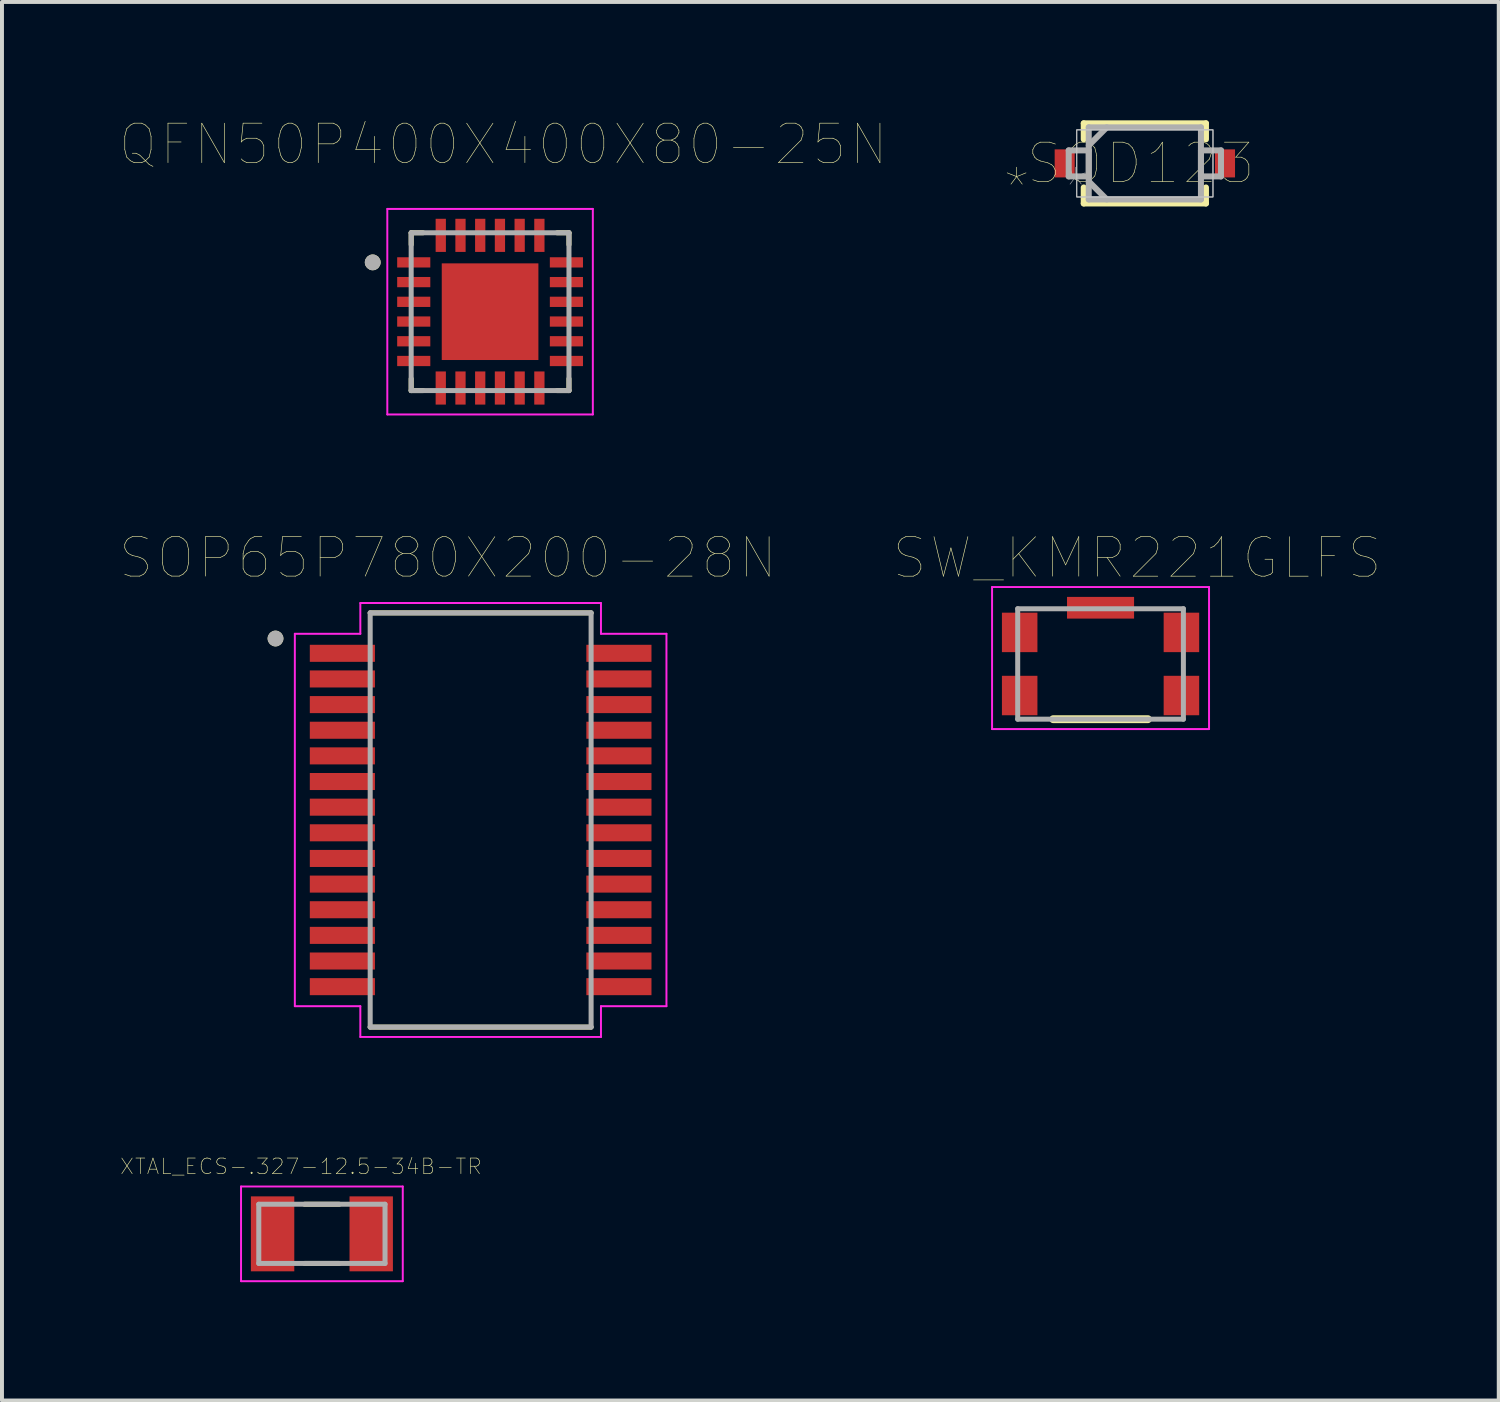
<source format=kicad_pcb>
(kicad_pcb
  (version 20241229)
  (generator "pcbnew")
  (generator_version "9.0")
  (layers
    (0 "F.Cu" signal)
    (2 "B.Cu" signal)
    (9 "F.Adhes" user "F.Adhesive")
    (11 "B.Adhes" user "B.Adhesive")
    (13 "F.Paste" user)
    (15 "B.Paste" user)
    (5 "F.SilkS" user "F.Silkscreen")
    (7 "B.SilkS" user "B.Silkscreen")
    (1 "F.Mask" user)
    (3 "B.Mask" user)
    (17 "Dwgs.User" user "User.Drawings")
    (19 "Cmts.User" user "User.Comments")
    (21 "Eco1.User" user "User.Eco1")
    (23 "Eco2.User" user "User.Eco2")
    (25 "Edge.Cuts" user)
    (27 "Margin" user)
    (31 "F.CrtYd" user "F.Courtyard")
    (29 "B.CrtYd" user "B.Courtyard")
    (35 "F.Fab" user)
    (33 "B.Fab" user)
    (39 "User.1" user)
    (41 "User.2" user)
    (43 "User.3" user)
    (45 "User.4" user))
  (footprint "XTAL_ECS-.327-12.5-34B-TR"
    (layer "F.Cu")
    (at 5.11 28.227)
    (property "Reference" "XTAL_ECS-.327-12.5-34B-TR" (at -0.53 -1.708 0) (layer "F.SilkS") (effects (font (size 0.395 0.395) (thickness 0.015))))
    (attr through_hole)
    (fp_line (start -0.44 -0.75) (end 0.44 -0.75) (stroke (width 0.127) (type solid)) (layer "F.SilkS"))
    (fp_line (start -0.44 0.75) (end 0.44 0.75) (stroke (width 0.127) (type solid)) (layer "F.SilkS"))
    (fp_line (start -2.05 -1.2) (end 2.05 -1.2) (stroke (width 0.05) (type solid)) (layer "F.CrtYd"))
    (fp_line (start -2.05 1.2) (end -2.05 -1.2) (stroke (width 0.05) (type solid)) (layer "F.CrtYd"))
    (fp_line (start 2.05 -1.2) (end 2.05 1.2) (stroke (width 0.05) (type solid)) (layer "F.CrtYd"))
    (fp_line (start 2.05 1.2) (end -2.05 1.2) (stroke (width 0.05) (type solid)) (layer "F.CrtYd"))
    (fp_line (start -1.6 -0.75) (end -1.6 0.75) (stroke (width 0.127) (type solid)) (layer "F.Fab"))
    (fp_line (start -1.6 0.75) (end 1.6 0.75) (stroke (width 0.127) (type solid)) (layer "F.Fab"))
    (fp_line (start 1.6 -0.75) (end -1.6 -0.75) (stroke (width 0.127) (type solid)) (layer "F.Fab"))
    (fp_line (start 1.6 0.75) (end 1.6 -0.75) (stroke (width 0.127) (type solid)) (layer "F.Fab"))
    (pad "1" smd rect (at -1.25 0) (size 1.1 1.9) (layers "F.Cu" "F.Mask" "F.Paste"))
    (pad "2" smd rect (at 1.25 0) (size 1.1 1.9) (layers "F.Cu" "F.Mask" "F.Paste")))
  (footprint "SOP65P780X200-28N"
    (layer "F.Cu")
    (at 9.134 17.736)
    (property "Reference" "SOP65P780X200-28N" (at -0.831 -6.644 0) (layer "F.SilkS") (effects (font (size 1 1) (thickness 0.015))))
    (attr through_hole)
    (fp_line (start -2.8 -5.25) (end 2.8 -5.25) (stroke (width 0.127) (type solid)) (layer "F.SilkS"))
    (fp_line (start 2.8 5.25) (end -2.8 5.25) (stroke (width 0.127) (type solid)) (layer "F.SilkS"))
    (fp_circle (center -5.2 -4.6) (end -5.1 -4.6) (stroke (width 0.2) (type solid)) (fill no) (layer "F.SilkS"))
    (fp_line (start -4.71 -4.72) (end -3.05 -4.72) (stroke (width 0.05) (type solid)) (layer "F.CrtYd"))
    (fp_line (start -4.71 4.72) (end -4.71 -4.72) (stroke (width 0.05) (type solid)) (layer "F.CrtYd"))
    (fp_line (start -3.05 -5.5) (end 3.05 -5.5) (stroke (width 0.05) (type solid)) (layer "F.CrtYd"))
    (fp_line (start -3.05 -4.72) (end -3.05 -5.5) (stroke (width 0.05) (type solid)) (layer "F.CrtYd"))
    (fp_line (start -3.05 4.72) (end -4.71 4.72) (stroke (width 0.05) (type solid)) (layer "F.CrtYd"))
    (fp_line (start -3.05 5.5) (end -3.05 4.72) (stroke (width 0.05) (type solid)) (layer "F.CrtYd"))
    (fp_line (start 3.05 -5.5) (end 3.05 -4.72) (stroke (width 0.05) (type solid)) (layer "F.CrtYd"))
    (fp_line (start 3.05 -4.72) (end 4.71 -4.72) (stroke (width 0.05) (type solid)) (layer "F.CrtYd"))
    (fp_line (start 3.05 4.72) (end 3.05 5.5) (stroke (width 0.05) (type solid)) (layer "F.CrtYd"))
    (fp_line (start 3.05 5.5) (end -3.05 5.5) (stroke (width 0.05) (type solid)) (layer "F.CrtYd"))
    (fp_line (start 4.71 -4.72) (end 4.71 4.72) (stroke (width 0.05) (type solid)) (layer "F.CrtYd"))
    (fp_line (start 4.71 4.72) (end 3.05 4.72) (stroke (width 0.05) (type solid)) (layer "F.CrtYd"))
    (fp_line (start -2.8 -5.25) (end 2.8 -5.25) (stroke (width 0.127) (type solid)) (layer "F.Fab"))
    (fp_line (start -2.8 5.25) (end -2.8 -5.25) (stroke (width 0.127) (type solid)) (layer "F.Fab"))
    (fp_line (start 2.8 -5.25) (end 2.8 5.25) (stroke (width 0.127) (type solid)) (layer "F.Fab"))
    (fp_line (start 2.8 5.25) (end -2.8 5.25) (stroke (width 0.127) (type solid)) (layer "F.Fab"))
    (fp_circle (center -5.2 -4.6) (end -5.1 -4.6) (stroke (width 0.2) (type solid)) (fill no) (layer "F.Fab"))
    (pad "1" smd rect (at -3.505 -4.225) (size 1.651 0.432) (layers "F.Cu" "F.Mask" "F.Paste"))
    (pad "2" smd rect (at -3.505 -3.575) (size 1.651 0.432) (layers "F.Cu" "F.Mask" "F.Paste"))
    (pad "3" smd rect (at -3.505 -2.925) (size 1.651 0.432) (layers "F.Cu" "F.Mask" "F.Paste"))
    (pad "4" smd rect (at -3.505 -2.275) (size 1.651 0.432) (layers "F.Cu" "F.Mask" "F.Paste"))
    (pad "5" smd rect (at -3.505 -1.625) (size 1.651 0.432) (layers "F.Cu" "F.Mask" "F.Paste"))
    (pad "6" smd rect (at -3.505 -0.975) (size 1.651 0.432) (layers "F.Cu" "F.Mask" "F.Paste"))
    (pad "7" smd rect (at -3.505 -0.325) (size 1.651 0.432) (layers "F.Cu" "F.Mask" "F.Paste"))
    (pad "8" smd rect (at -3.505 0.325) (size 1.651 0.432) (layers "F.Cu" "F.Mask" "F.Paste"))
    (pad "9" smd rect (at -3.505 0.975) (size 1.651 0.432) (layers "F.Cu" "F.Mask" "F.Paste"))
    (pad "10" smd rect (at -3.505 1.625) (size 1.651 0.432) (layers "F.Cu" "F.Mask" "F.Paste"))
    (pad "11" smd rect (at -3.505 2.275) (size 1.651 0.432) (layers "F.Cu" "F.Mask" "F.Paste"))
    (pad "12" smd rect (at -3.505 2.925) (size 1.651 0.432) (layers "F.Cu" "F.Mask" "F.Paste"))
    (pad "13" smd rect (at -3.505 3.575) (size 1.651 0.432) (layers "F.Cu" "F.Mask" "F.Paste"))
    (pad "14" smd rect (at -3.505 4.225) (size 1.651 0.432) (layers "F.Cu" "F.Mask" "F.Paste"))
    (pad "15" smd rect (at 3.505 4.225) (size 1.651 0.432) (layers "F.Cu" "F.Mask" "F.Paste"))
    (pad "16" smd rect (at 3.505 3.575) (size 1.651 0.432) (layers "F.Cu" "F.Mask" "F.Paste"))
    (pad "17" smd rect (at 3.505 2.925) (size 1.651 0.432) (layers "F.Cu" "F.Mask" "F.Paste"))
    (pad "18" smd rect (at 3.505 2.275) (size 1.651 0.432) (layers "F.Cu" "F.Mask" "F.Paste"))
    (pad "19" smd rect (at 3.505 1.625) (size 1.651 0.432) (layers "F.Cu" "F.Mask" "F.Paste"))
    (pad "20" smd rect (at 3.505 0.975) (size 1.651 0.432) (layers "F.Cu" "F.Mask" "F.Paste"))
    (pad "21" smd rect (at 3.505 0.325) (size 1.651 0.432) (layers "F.Cu" "F.Mask" "F.Paste"))
    (pad "22" smd rect (at 3.505 -0.325) (size 1.651 0.432) (layers "F.Cu" "F.Mask" "F.Paste"))
    (pad "23" smd rect (at 3.505 -0.975) (size 1.651 0.432) (layers "F.Cu" "F.Mask" "F.Paste"))
    (pad "24" smd rect (at 3.505 -1.625) (size 1.651 0.432) (layers "F.Cu" "F.Mask" "F.Paste"))
    (pad "25" smd rect (at 3.505 -2.275) (size 1.651 0.432) (layers "F.Cu" "F.Mask" "F.Paste"))
    (pad "26" smd rect (at 3.505 -2.925) (size 1.651 0.432) (layers "F.Cu" "F.Mask" "F.Paste"))
    (pad "27" smd rect (at 3.505 -3.575) (size 1.651 0.432) (layers "F.Cu" "F.Mask" "F.Paste"))
    (pad "28" smd rect (at 3.505 -4.225) (size 1.651 0.432) (layers "F.Cu" "F.Mask" "F.Paste")))
  (footprint "SW_KMR221GLFS"
    (layer "F.Cu")
    (at 24.848 13.781)
    (property "Reference" "SW_KMR221GLFS" (at 0.926 -2.688 0) (layer "F.SilkS") (effects (font (size 1.001 1.001) (thickness 0.015))))
    (attr through_hole)
    (fp_line (start -1.2 1.4) (end 1.2 1.4) (stroke (width 0.2) (type solid)) (layer "F.SilkS"))
    (fp_line (start -2.75 -1.95) (end 2.75 -1.95) (stroke (width 0.05) (type solid)) (layer "F.CrtYd"))
    (fp_line (start -2.75 1.65) (end -2.75 -1.95) (stroke (width 0.05) (type solid)) (layer "F.CrtYd"))
    (fp_line (start 2.75 -1.95) (end 2.75 1.65) (stroke (width 0.05) (type solid)) (layer "F.CrtYd"))
    (fp_line (start 2.75 1.65) (end -2.75 1.65) (stroke (width 0.05) (type solid)) (layer "F.CrtYd"))
    (fp_line (start -2.1 -1.4) (end 2.1 -1.4) (stroke (width 0.127) (type solid)) (layer "F.Fab"))
    (fp_line (start -2.1 1.4) (end -2.1 -1.4) (stroke (width 0.127) (type solid)) (layer "F.Fab"))
    (fp_line (start 2.1 -1.4) (end 2.1 1.4) (stroke (width 0.127) (type solid)) (layer "F.Fab"))
    (fp_line (start 2.1 1.4) (end -2.1 1.4) (stroke (width 0.127) (type solid)) (layer "F.Fab"))
    (pad "1" smd rect (at -2.05 -0.8) (size 0.9 1) (layers "F.Cu" "F.Mask" "F.Paste"))
    (pad "2" smd rect (at -2.05 0.8) (size 0.9 1) (layers "F.Cu" "F.Mask" "F.Paste"))
    (pad "3" smd rect (at 2.05 0.8) (size 0.9 1) (layers "F.Cu" "F.Mask" "F.Paste"))
    (pad "4" smd rect (at 2.05 -0.8) (size 0.9 1) (layers "F.Cu" "F.Mask" "F.Paste"))
    (pad "5" smd rect (at 0 -1.425) (size 1.7 0.55) (layers "F.Cu" "F.Mask" "F.Paste")))
  (footprint "QFN50P400X400X80-25N"
    (layer "F.Cu")
    (at 9.373 4.851)
    (property "Reference" "QFN50P400X400X80-25N" (at 0.335 -4.24 0) (layer "F.SilkS") (effects (font (size 1 1) (thickness 0.015))))
    (attr through_hole)
    (fp_line (start -2 -2) (end -2 -1.7) (stroke (width 0.127) (type solid)) (layer "F.SilkS"))
    (fp_line (start -2 -2) (end -1.7 -2) (stroke (width 0.127) (type solid)) (layer "F.SilkS"))
    (fp_line (start -2 2) (end -2 1.7) (stroke (width 0.127) (type solid)) (layer "F.SilkS"))
    (fp_line (start -2 2) (end -1.7 2) (stroke (width 0.127) (type solid)) (layer "F.SilkS"))
    (fp_line (start 2 -2) (end 1.7 -2) (stroke (width 0.127) (type solid)) (layer "F.SilkS"))
    (fp_line (start 2 -2) (end 2 -1.7) (stroke (width 0.127) (type solid)) (layer "F.SilkS"))
    (fp_line (start 2 2) (end 1.7 2) (stroke (width 0.127) (type solid)) (layer "F.SilkS"))
    (fp_line (start 2 2) (end 2 1.7) (stroke (width 0.127) (type solid)) (layer "F.SilkS"))
    (fp_circle (center -2.975 -1.25) (end -2.875 -1.25) (stroke (width 0.2) (type solid)) (fill no) (layer "F.SilkS"))
    (fp_poly (pts (xy -0.77 -0.77) (xy 0.77 -0.77) (xy 0.77 0.77) (xy -0.77 0.77)) (stroke (width 0.01) (type solid)) (fill yes) (layer "F.Paste"))
    (fp_line (start -2.605 -2.605) (end 2.605 -2.605) (stroke (width 0.05) (type solid)) (layer "F.CrtYd"))
    (fp_line (start -2.605 2.605) (end -2.605 -2.605) (stroke (width 0.05) (type solid)) (layer "F.CrtYd"))
    (fp_line (start -2.605 2.605) (end 2.605 2.605) (stroke (width 0.05) (type solid)) (layer "F.CrtYd"))
    (fp_line (start 2.605 2.605) (end 2.605 -2.605) (stroke (width 0.05) (type solid)) (layer "F.CrtYd"))
    (fp_line (start -2 2) (end -2 -2) (stroke (width 0.127) (type solid)) (layer "F.Fab"))
    (fp_line (start 2 -2) (end -2 -2) (stroke (width 0.127) (type solid)) (layer "F.Fab"))
    (fp_line (start 2 2) (end -2 2) (stroke (width 0.127) (type solid)) (layer "F.Fab"))
    (fp_line (start 2 2) (end 2 -2) (stroke (width 0.127) (type solid)) (layer "F.Fab"))
    (fp_circle (center -2.975 -1.25) (end -2.875 -1.25) (stroke (width 0.2) (type solid)) (fill no) (layer "F.Fab"))
    (pad "1" smd rect (at -1.935 -1.25) (size 0.84 0.26) (layers "F.Cu" "F.Mask" "F.Paste"))
    (pad "2" smd rect (at -1.935 -0.75) (size 0.84 0.26) (layers "F.Cu" "F.Mask" "F.Paste"))
    (pad "3" smd rect (at -1.935 -0.25) (size 0.84 0.26) (layers "F.Cu" "F.Mask" "F.Paste"))
    (pad "4" smd rect (at -1.935 0.25) (size 0.84 0.26) (layers "F.Cu" "F.Mask" "F.Paste"))
    (pad "5" smd rect (at -1.935 0.75) (size 0.84 0.26) (layers "F.Cu" "F.Mask" "F.Paste"))
    (pad "6" smd rect (at -1.935 1.25) (size 0.84 0.26) (layers "F.Cu" "F.Mask" "F.Paste"))
    (pad "7" smd rect (at -1.25 1.935) (size 0.26 0.84) (layers "F.Cu" "F.Mask" "F.Paste"))
    (pad "8" smd rect (at -0.75 1.935) (size 0.26 0.84) (layers "F.Cu" "F.Mask" "F.Paste"))
    (pad "9" smd rect (at -0.25 1.935) (size 0.26 0.84) (layers "F.Cu" "F.Mask" "F.Paste"))
    (pad "10" smd rect (at 0.25 1.935) (size 0.26 0.84) (layers "F.Cu" "F.Mask" "F.Paste"))
    (pad "11" smd rect (at 0.75 1.935) (size 0.26 0.84) (layers "F.Cu" "F.Mask" "F.Paste"))
    (pad "12" smd rect (at 1.25 1.935) (size 0.26 0.84) (layers "F.Cu" "F.Mask" "F.Paste"))
    (pad "13" smd rect (at 1.935 1.25) (size 0.84 0.26) (layers "F.Cu" "F.Mask" "F.Paste"))
    (pad "14" smd rect (at 1.935 0.75) (size 0.84 0.26) (layers "F.Cu" "F.Mask" "F.Paste"))
    (pad "15" smd rect (at 1.935 0.25) (size 0.84 0.26) (layers "F.Cu" "F.Mask" "F.Paste"))
    (pad "16" smd rect (at 1.935 -0.25) (size 0.84 0.26) (layers "F.Cu" "F.Mask" "F.Paste"))
    (pad "17" smd rect (at 1.935 -0.75) (size 0.84 0.26) (layers "F.Cu" "F.Mask" "F.Paste"))
    (pad "18" smd rect (at 1.935 -1.25) (size 0.84 0.26) (layers "F.Cu" "F.Mask" "F.Paste"))
    (pad "19" smd rect (at 1.25 -1.935) (size 0.26 0.84) (layers "F.Cu" "F.Mask" "F.Paste"))
    (pad "20" smd rect (at 0.75 -1.935) (size 0.26 0.84) (layers "F.Cu" "F.Mask" "F.Paste"))
    (pad "21" smd rect (at 0.25 -1.935) (size 0.26 0.84) (layers "F.Cu" "F.Mask" "F.Paste"))
    (pad "22" smd rect (at -0.25 -1.935) (size 0.26 0.84) (layers "F.Cu" "F.Mask" "F.Paste"))
    (pad "23" smd rect (at -0.75 -1.935) (size 0.26 0.84) (layers "F.Cu" "F.Mask" "F.Paste"))
    (pad "24" smd rect (at -1.25 -1.935) (size 0.26 0.84) (layers "F.Cu" "F.Mask" "F.Paste"))
    (pad "25" smd rect (at 0 0) (size 2.45 2.45) (layers "F.Cu" "F.Mask")))
  (footprint "SOD123"
    (layer "F.Cu")
    (at 25.971 1.092)
    (property "Reference" "SOD123" (at -0.102 0 0) (layer "F.SilkS") (effects (font (size 1 1) (thickness 0.015))))
    (attr through_hole)
    (fp_line (start -1.549 -1.016) (end -1.549 -0.61) (stroke (width 0.152) (type solid)) (layer "F.SilkS"))
    (fp_line (start -1.549 0.61) (end -1.549 1.016) (stroke (width 0.152) (type solid)) (layer "F.SilkS"))
    (fp_line (start -1.549 1.016) (end 1.549 1.016) (stroke (width 0.152) (type solid)) (layer "F.SilkS"))
    (fp_line (start 1.549 -1.016) (end -1.549 -1.016) (stroke (width 0.152) (type solid)) (layer "F.SilkS"))
    (fp_line (start 1.549 -0.61) (end 1.549 -1.016) (stroke (width 0.152) (type solid)) (layer "F.SilkS"))
    (fp_line (start 1.549 1.016) (end 1.549 0.61) (stroke (width 0.152) (type solid)) (layer "F.SilkS"))
    (fp_poly (pts (xy -1.727 -0.851) (xy 1.727 -0.851) (xy 1.727 0.851) (xy -1.727 0.851)) (stroke (width 0.025) (type solid)) (fill no) (layer "Dwgs.User"))
    (fp_poly (pts (xy -1.727 -0.851) (xy 1.727 -0.851) (xy 1.727 0.851) (xy -1.727 0.851)) (stroke (width 0.025) (type solid)) (fill no) (layer "Dwgs.User"))
    (fp_line (start -1.93 -0.33) (end -1.93 0.33) (stroke (width 0.152) (type solid)) (layer "F.Fab"))
    (fp_line (start -1.93 0.33) (end -1.422 0.33) (stroke (width 0.152) (type solid)) (layer "F.Fab"))
    (fp_line (start -1.422 -0.914) (end -1.422 0.914) (stroke (width 0.152) (type solid)) (layer "F.Fab"))
    (fp_line (start -1.422 -0.457) (end -0.965 -0.914) (stroke (width 0.152) (type solid)) (layer "F.Fab"))
    (fp_line (start -1.422 -0.33) (end -1.93 -0.33) (stroke (width 0.152) (type solid)) (layer "F.Fab"))
    (fp_line (start -1.422 0.33) (end -1.422 -0.33) (stroke (width 0.152) (type solid)) (layer "F.Fab"))
    (fp_line (start -1.422 0.457) (end -0.965 0.914) (stroke (width 0.152) (type solid)) (layer "F.Fab"))
    (fp_line (start -1.422 0.914) (end 1.422 0.914) (stroke (width 0.152) (type solid)) (layer "F.Fab"))
    (fp_line (start 1.422 -0.914) (end -1.422 -0.914) (stroke (width 0.152) (type solid)) (layer "F.Fab"))
    (fp_line (start 1.422 -0.33) (end 1.422 0.33) (stroke (width 0.152) (type solid)) (layer "F.Fab"))
    (fp_line (start 1.422 0.33) (end 1.93 0.33) (stroke (width 0.152) (type solid)) (layer "F.Fab"))
    (fp_line (start 1.422 0.914) (end 1.422 -0.914) (stroke (width 0.152) (type solid)) (layer "F.Fab"))
    (fp_line (start 1.93 -0.33) (end 1.422 -0.33) (stroke (width 0.152) (type solid)) (layer "F.Fab"))
    (fp_line (start 1.93 0.33) (end 1.93 -0.33) (stroke (width 0.152) (type solid)) (layer "F.Fab"))
    (fp_text user "*" (at -3.251 0.635 0) (layer "F.SilkS") (effects (font (size 1 1) (thickness 0.015))))
    (fp_text user "*" (at -1.753 0.635 0) (layer "F.Fab") (effects (font (size 1 1) (thickness 0.015))))
    (pad "1" smd rect (at -2.032 0) (size 0.508 0.711) (layers "F.Cu" "F.Mask" "F.Paste"))
    (pad "2" smd rect (at 2.032 0) (size 0.508 0.711) (layers "F.Cu" "F.Mask" "F.Paste")))
  (gr_rect
    (start -3 -3)
    (end 34.942 32.452)
    (stroke (width 0.1) (type default))
    (fill no)
    (layer "Edge.Cuts")))
</source>
